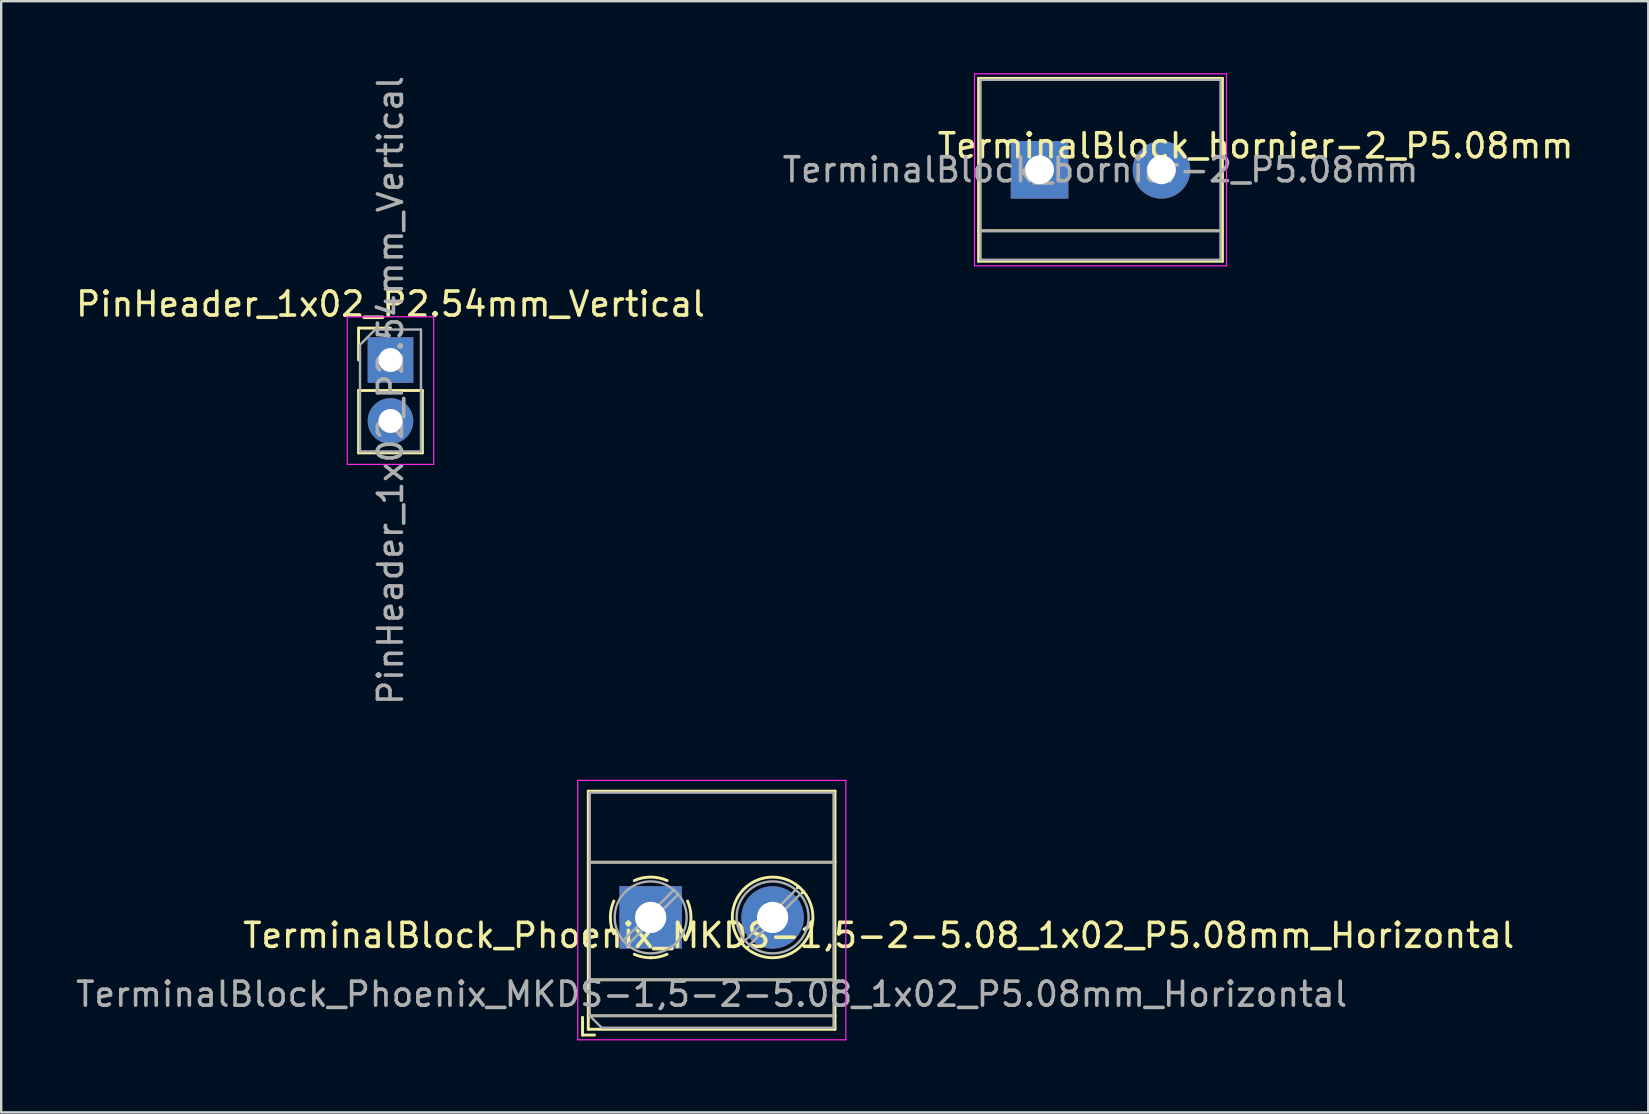
<source format=kicad_pcb>
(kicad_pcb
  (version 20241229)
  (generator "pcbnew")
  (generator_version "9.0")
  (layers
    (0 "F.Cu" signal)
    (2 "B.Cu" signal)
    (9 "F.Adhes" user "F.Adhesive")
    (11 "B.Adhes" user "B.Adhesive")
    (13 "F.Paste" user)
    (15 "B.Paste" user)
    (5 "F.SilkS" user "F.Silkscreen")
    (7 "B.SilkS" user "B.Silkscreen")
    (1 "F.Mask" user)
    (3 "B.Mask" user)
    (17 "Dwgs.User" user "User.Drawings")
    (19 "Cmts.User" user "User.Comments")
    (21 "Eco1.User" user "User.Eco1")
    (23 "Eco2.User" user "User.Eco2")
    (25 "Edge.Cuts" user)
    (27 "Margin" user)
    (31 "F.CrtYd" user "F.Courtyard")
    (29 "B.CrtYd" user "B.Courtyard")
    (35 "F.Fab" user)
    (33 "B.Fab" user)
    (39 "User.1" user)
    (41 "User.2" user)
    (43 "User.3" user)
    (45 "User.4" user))
  (footprint "PinHeader_1x02_P2.54mm_Vertical"
    (layer "F.Cu")
    (at 13.22 11.95)
    (property "Reference" "PinHeader_1x02_P2.54mm_Vertical" (at 0 -2.33 0) (layer "F.SilkS") (effects (font (size 1 1) (thickness 0.15))))
    (attr through_hole)
    (fp_line (start -1.33 -1.33) (end 0 -1.33) (stroke (width 0.12) (type solid)) (layer "F.SilkS"))
    (fp_line (start -1.33 0) (end -1.33 -1.33) (stroke (width 0.12) (type solid)) (layer "F.SilkS"))
    (fp_line (start -1.33 1.27) (end -1.33 3.87) (stroke (width 0.12) (type solid)) (layer "F.SilkS"))
    (fp_line (start -1.33 1.27) (end 1.33 1.27) (stroke (width 0.12) (type solid)) (layer "F.SilkS"))
    (fp_line (start -1.33 3.87) (end 1.33 3.87) (stroke (width 0.12) (type solid)) (layer "F.SilkS"))
    (fp_line (start 1.33 1.27) (end 1.33 3.87) (stroke (width 0.12) (type solid)) (layer "F.SilkS"))
    (fp_line (start -1.8 -1.8) (end -1.8 4.35) (stroke (width 0.05) (type solid)) (layer "F.CrtYd"))
    (fp_line (start -1.8 4.35) (end 1.8 4.35) (stroke (width 0.05) (type solid)) (layer "F.CrtYd"))
    (fp_line (start 1.8 -1.8) (end -1.8 -1.8) (stroke (width 0.05) (type solid)) (layer "F.CrtYd"))
    (fp_line (start 1.8 4.35) (end 1.8 -1.8) (stroke (width 0.05) (type solid)) (layer "F.CrtYd"))
    (fp_line (start -1.27 -0.635) (end -0.635 -1.27) (stroke (width 0.1) (type solid)) (layer "F.Fab"))
    (fp_line (start -1.27 3.81) (end -1.27 -0.635) (stroke (width 0.1) (type solid)) (layer "F.Fab"))
    (fp_line (start -0.635 -1.27) (end 1.27 -1.27) (stroke (width 0.1) (type solid)) (layer "F.Fab"))
    (fp_line (start 1.27 -1.27) (end 1.27 3.81) (stroke (width 0.1) (type solid)) (layer "F.Fab"))
    (fp_line (start 1.27 3.81) (end -1.27 3.81) (stroke (width 0.1) (type solid)) (layer "F.Fab"))
    (fp_text user "${REFERENCE}" (at 0 1.27 270) (layer "F.Fab") (effects (font (size 1 1) (thickness 0.15))))
    (pad "1" thru_hole rect (at 0 0) (size 1.9 1.9) (drill 1) (layers "*.Cu" "*.Mask"))
    (pad "2" thru_hole oval (at 0 2.54) (size 1.9 1.9) (drill 1) (layers "*.Cu" "*.Mask")))
  (footprint "TerminalBlock_Phoenix_MKDS-1,5-2-5.08_1x02_P5.08mm_Horizontal"
    (layer "F.Cu")
    (at 24.061 35.175)
    (property "Reference" "TerminalBlock_Phoenix_MKDS-1,5-2-5.08_1x02_P5.08mm_Horizontal" (at 9.5 0.75 180) (layer "F.SilkS") (effects (font (size 1 1) (thickness 0.15))))
    (attr through_hole)
    (fp_line (start -2.84 4.16) (end -2.84 4.9) (stroke (width 0.12) (type solid)) (layer "F.SilkS"))
    (fp_line (start -2.84 4.9) (end -2.34 4.9) (stroke (width 0.12) (type solid)) (layer "F.SilkS"))
    (fp_line (start -2.6 -5.261) (end -2.6 4.66) (stroke (width 0.12) (type solid)) (layer "F.SilkS"))
    (fp_line (start -2.6 -5.261) (end 7.68 -5.261) (stroke (width 0.12) (type solid)) (layer "F.SilkS"))
    (fp_line (start -2.6 -2.301) (end 7.68 -2.301) (stroke (width 0.12) (type solid)) (layer "F.SilkS"))
    (fp_line (start -2.6 2.6) (end 7.68 2.6) (stroke (width 0.12) (type solid)) (layer "F.SilkS"))
    (fp_line (start -2.6 4.1) (end 7.68 4.1) (stroke (width 0.12) (type solid)) (layer "F.SilkS"))
    (fp_line (start -2.6 4.66) (end 7.68 4.66) (stroke (width 0.12) (type solid)) (layer "F.SilkS"))
    (fp_line (start 3.853 1.023) (end 3.806 1.069) (stroke (width 0.12) (type solid)) (layer "F.SilkS"))
    (fp_line (start 4.046 1.239) (end 4.011 1.274) (stroke (width 0.12) (type solid)) (layer "F.SilkS"))
    (fp_line (start 6.15 -1.275) (end 6.115 -1.239) (stroke (width 0.12) (type solid)) (layer "F.SilkS"))
    (fp_line (start 6.355 -1.069) (end 6.308 -1.023) (stroke (width 0.12) (type solid)) (layer "F.SilkS"))
    (fp_line (start 7.68 -5.261) (end 7.68 4.66) (stroke (width 0.12) (type solid)) (layer "F.SilkS"))
    (fp_arc (start -1.535427 0.683042) (mid -1.680501 -0.000524) (end -1.535 -0.684) (stroke (width 0.12) (type solid)) (layer "F.SilkS"))
    (fp_arc (start -0.683042 -1.535427) (mid 0.000524 -1.680501) (end 0.684 -1.535) (stroke (width 0.12) (type solid)) (layer "F.SilkS"))
    (fp_arc (start 0.028805 1.680253) (mid -0.335551 1.646659) (end -0.684 1.535) (stroke (width 0.12) (type solid)) (layer "F.SilkS"))
    (fp_arc (start 0.683318 1.534756) (mid 0.349292 1.643288) (end 0 1.68) (stroke (width 0.12) (type solid)) (layer "F.SilkS"))
    (fp_arc (start 1.535427 -0.683042) (mid 1.680501 0.000524) (end 1.535 0.684) (stroke (width 0.12) (type solid)) (layer "F.SilkS"))
    (fp_circle (center 5.08 0) (end 6.76 0) (stroke (width 0.12) (type solid)) (fill no) (layer "F.SilkS"))
    (fp_line (start -3.04 -5.71) (end -3.04 5.1) (stroke (width 0.05) (type solid)) (layer "F.CrtYd"))
    (fp_line (start -3.04 5.1) (end 8.13 5.1) (stroke (width 0.05) (type solid)) (layer "F.CrtYd"))
    (fp_line (start 8.13 -5.71) (end -3.04 -5.71) (stroke (width 0.05) (type solid)) (layer "F.CrtYd"))
    (fp_line (start 8.13 5.1) (end 8.13 -5.71) (stroke (width 0.05) (type solid)) (layer "F.CrtYd"))
    (fp_line (start -2.54 -5.2) (end 7.62 -5.2) (stroke (width 0.1) (type solid)) (layer "F.Fab"))
    (fp_line (start -2.54 -2.3) (end 7.62 -2.3) (stroke (width 0.1) (type solid)) (layer "F.Fab"))
    (fp_line (start -2.54 2.6) (end 7.62 2.6) (stroke (width 0.1) (type solid)) (layer "F.Fab"))
    (fp_line (start -2.54 4.1) (end -2.54 -5.2) (stroke (width 0.1) (type solid)) (layer "F.Fab"))
    (fp_line (start -2.54 4.1) (end 7.62 4.1) (stroke (width 0.1) (type solid)) (layer "F.Fab"))
    (fp_line (start -2.04 4.6) (end -2.54 4.1) (stroke (width 0.1) (type solid)) (layer "F.Fab"))
    (fp_line (start 0.955 -1.138) (end -1.138 0.955) (stroke (width 0.1) (type solid)) (layer "F.Fab"))
    (fp_line (start 1.138 -0.955) (end -0.955 1.138) (stroke (width 0.1) (type solid)) (layer "F.Fab"))
    (fp_line (start 6.035 -1.138) (end 3.943 0.955) (stroke (width 0.1) (type solid)) (layer "F.Fab"))
    (fp_line (start 6.218 -0.955) (end 4.126 1.138) (stroke (width 0.1) (type solid)) (layer "F.Fab"))
    (fp_line (start 7.62 -5.2) (end 7.62 4.6) (stroke (width 0.1) (type solid)) (layer "F.Fab"))
    (fp_line (start 7.62 4.6) (end -2.04 4.6) (stroke (width 0.1) (type solid)) (layer "F.Fab"))
    (fp_circle (center 0 0) (end 1.5 0) (stroke (width 0.1) (type solid)) (fill no) (layer "F.Fab"))
    (fp_circle (center 5.08 0) (end 6.58 0) (stroke (width 0.1) (type solid)) (fill no) (layer "F.Fab"))
    (fp_text user "${REFERENCE}" (at 2.54 3.2 180) (layer "F.Fab") (effects (font (size 1 1) (thickness 0.15))))
    (pad "1" thru_hole rect (at 0 0) (size 2.6 2.6) (drill 1.3) (layers "*.Cu" "*.Mask"))
    (pad "2" thru_hole circle (at 5.08 0) (size 2.6 2.6) (drill 1.3) (layers "*.Cu" "*.Mask")))
  (footprint "TerminalBlock_bornier-2_P5.08mm"
    (layer "F.Cu")
    (at 40.264 4.025)
    (property "Reference" "TerminalBlock_bornier-2_P5.08mm" (at 9 -1 0) (layer "F.SilkS") (effects (font (size 1 1) (thickness 0.15))))
    (attr through_hole)
    (fp_line (start -2.54 -3.81) (end -2.54 3.81) (stroke (width 0.12) (type solid)) (layer "F.SilkS"))
    (fp_line (start -2.54 3.81) (end 7.62 3.81) (stroke (width 0.12) (type solid)) (layer "F.SilkS"))
    (fp_line (start 7.62 -3.81) (end -2.54 -3.81) (stroke (width 0.12) (type solid)) (layer "F.SilkS"))
    (fp_line (start 7.62 2.54) (end -2.54 2.54) (stroke (width 0.12) (type solid)) (layer "F.SilkS"))
    (fp_line (start 7.62 3.81) (end 7.62 -3.81) (stroke (width 0.12) (type solid)) (layer "F.SilkS"))
    (fp_line (start -2.71 -4) (end -2.71 4) (stroke (width 0.05) (type solid)) (layer "F.CrtYd"))
    (fp_line (start -2.71 -4) (end 7.79 -4) (stroke (width 0.05) (type solid)) (layer "F.CrtYd"))
    (fp_line (start 7.79 4) (end -2.71 4) (stroke (width 0.05) (type solid)) (layer "F.CrtYd"))
    (fp_line (start 7.79 4) (end 7.79 -4) (stroke (width 0.05) (type solid)) (layer "F.CrtYd"))
    (fp_line (start -2.46 -3.75) (end -2.46 3.75) (stroke (width 0.1) (type solid)) (layer "F.Fab"))
    (fp_line (start -2.46 3.75) (end 7.54 3.75) (stroke (width 0.1) (type solid)) (layer "F.Fab"))
    (fp_line (start -2.41 2.55) (end 7.49 2.55) (stroke (width 0.1) (type solid)) (layer "F.Fab"))
    (fp_line (start 7.54 -3.75) (end -2.46 -3.75) (stroke (width 0.1) (type solid)) (layer "F.Fab"))
    (fp_line (start 7.54 3.75) (end 7.54 -3.75) (stroke (width 0.1) (type solid)) (layer "F.Fab"))
    (fp_text user "${REFERENCE}" (at 2.54 0 180) (layer "F.Fab") (effects (font (size 1 1) (thickness 0.15))))
    (pad "1" thru_hole rect (at 0 0) (size 2.4 2.4) (drill 1.2) (layers "*.Cu" "*.Mask"))
    (pad "2" thru_hole circle (at 5.08 0) (size 2.4 2.4) (drill 1.2) (layers "*.Cu" "*.Mask")))
  (gr_rect
    (start -3 -3)
    (end 65.627 43.3)
    (stroke (width 0.1) (type default))
    (fill no)
    (layer "Edge.Cuts")))
</source>
